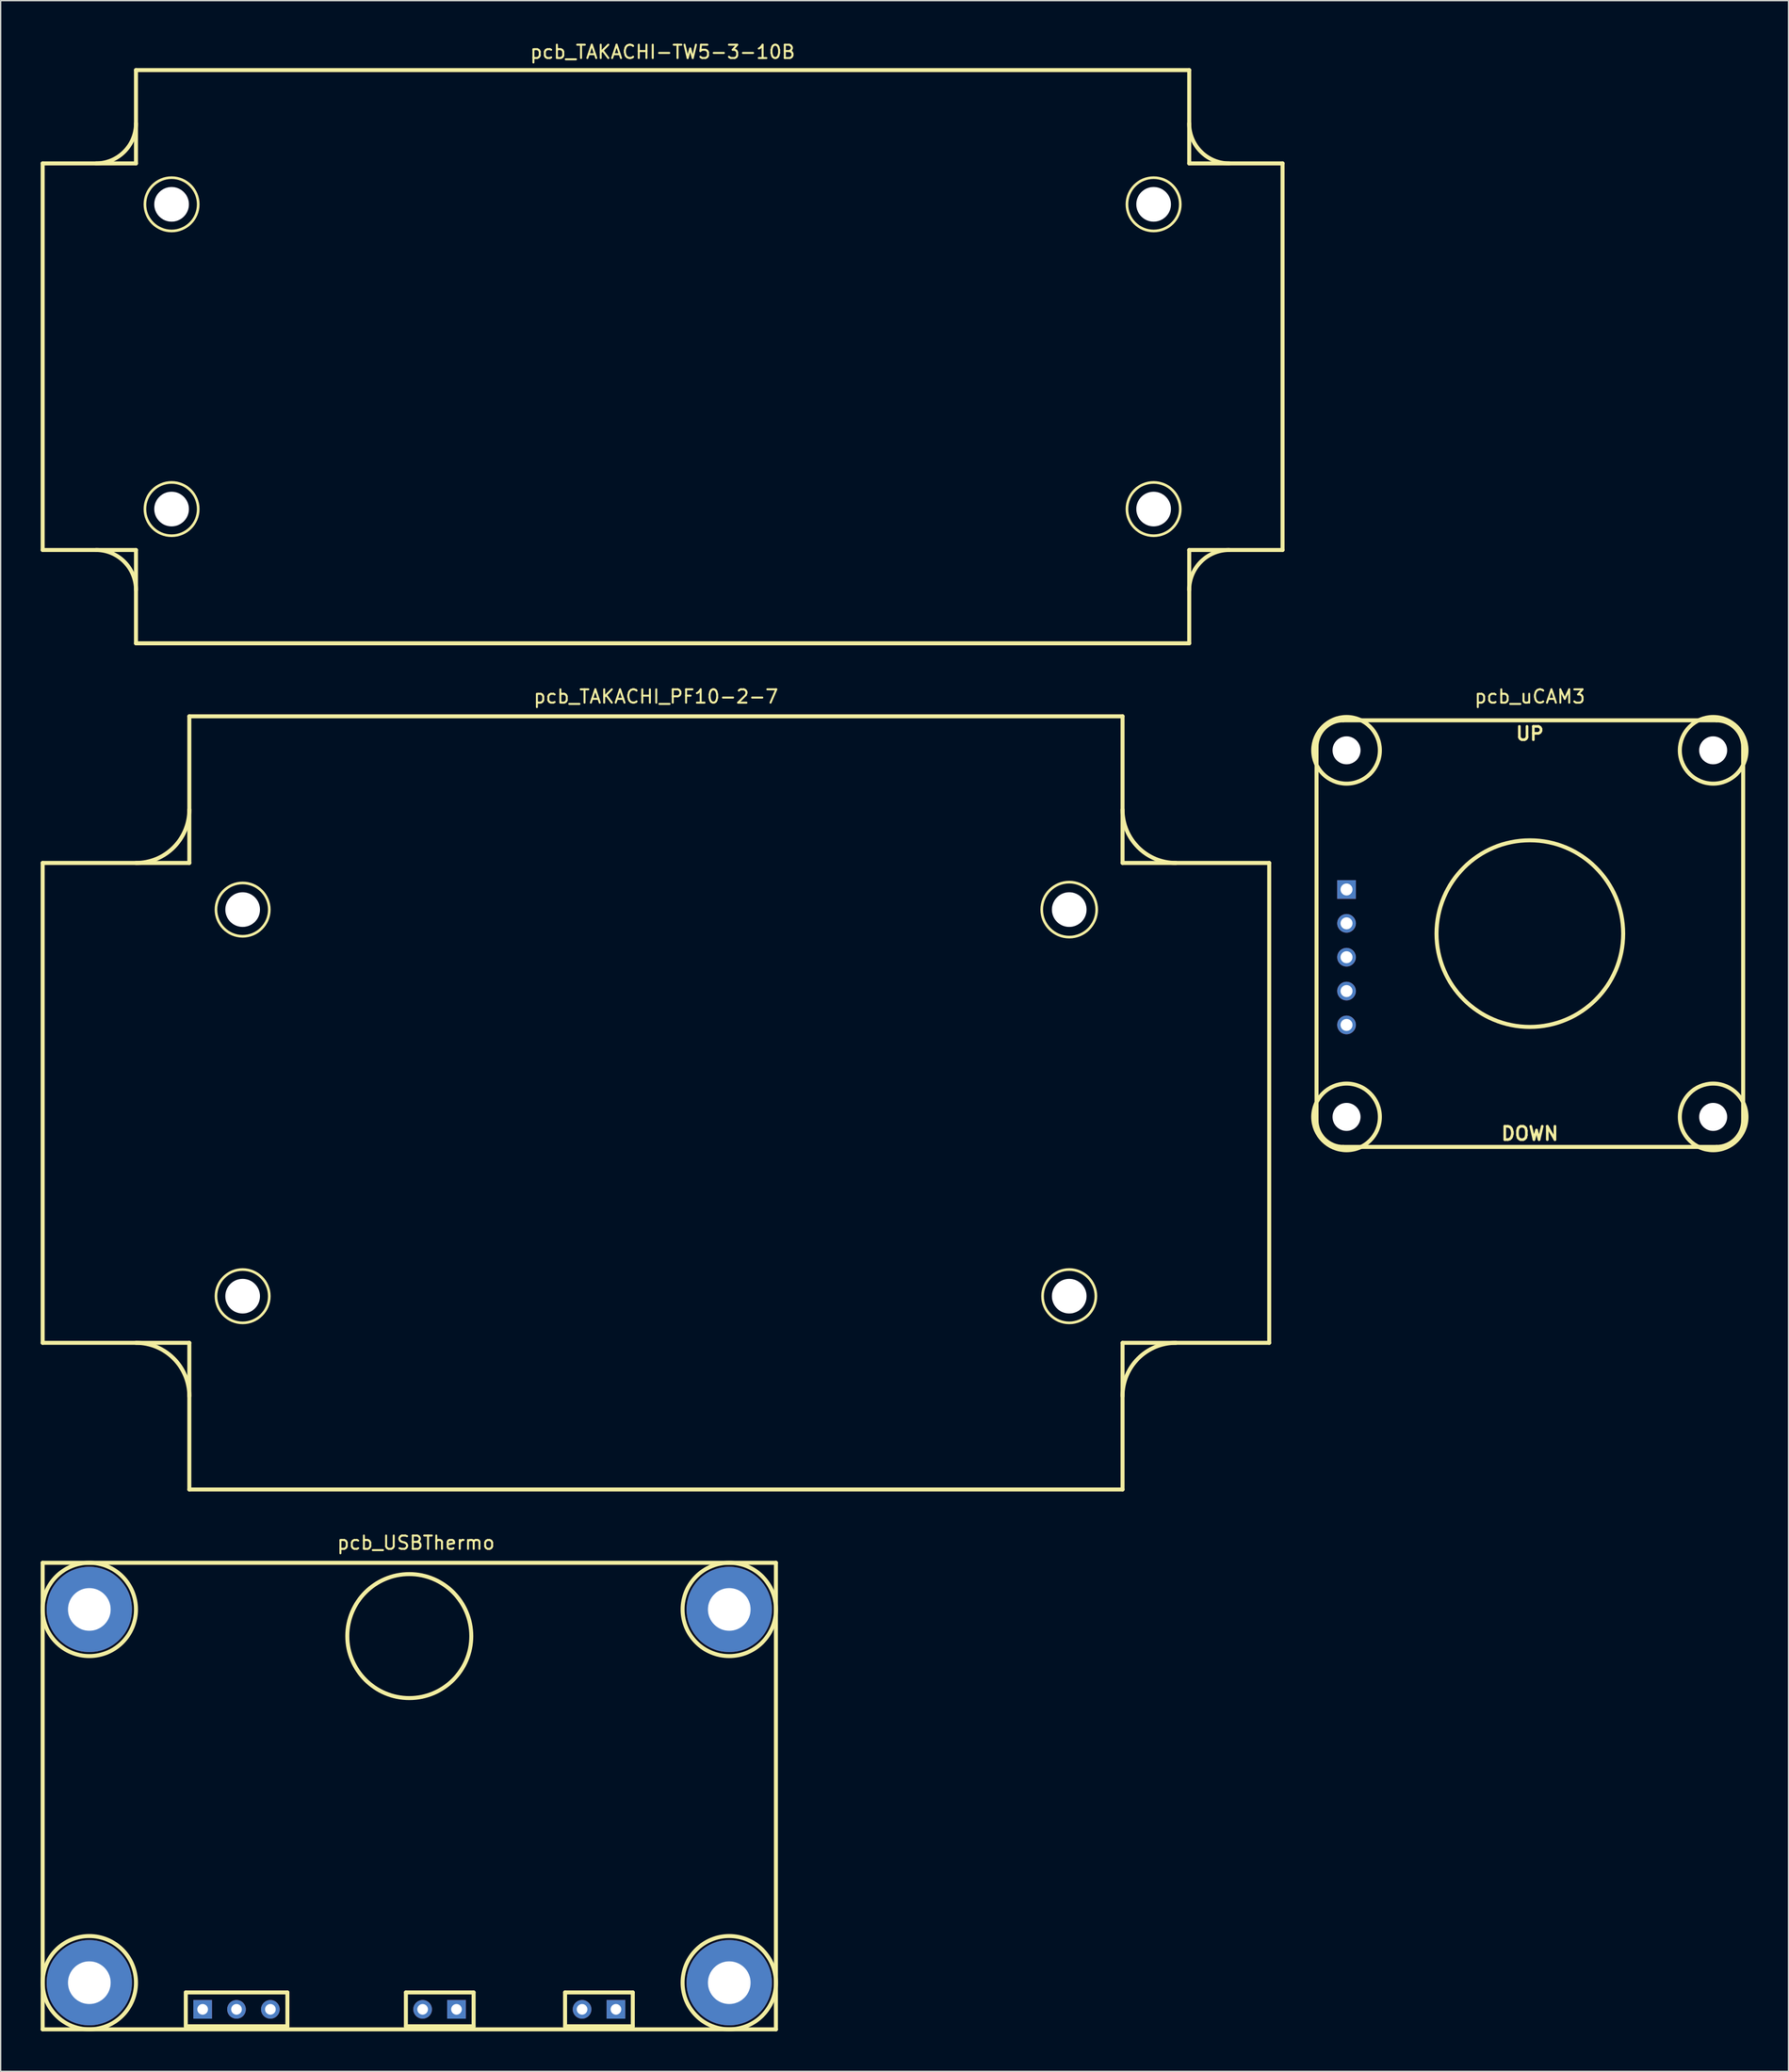
<source format=kicad_pcb>
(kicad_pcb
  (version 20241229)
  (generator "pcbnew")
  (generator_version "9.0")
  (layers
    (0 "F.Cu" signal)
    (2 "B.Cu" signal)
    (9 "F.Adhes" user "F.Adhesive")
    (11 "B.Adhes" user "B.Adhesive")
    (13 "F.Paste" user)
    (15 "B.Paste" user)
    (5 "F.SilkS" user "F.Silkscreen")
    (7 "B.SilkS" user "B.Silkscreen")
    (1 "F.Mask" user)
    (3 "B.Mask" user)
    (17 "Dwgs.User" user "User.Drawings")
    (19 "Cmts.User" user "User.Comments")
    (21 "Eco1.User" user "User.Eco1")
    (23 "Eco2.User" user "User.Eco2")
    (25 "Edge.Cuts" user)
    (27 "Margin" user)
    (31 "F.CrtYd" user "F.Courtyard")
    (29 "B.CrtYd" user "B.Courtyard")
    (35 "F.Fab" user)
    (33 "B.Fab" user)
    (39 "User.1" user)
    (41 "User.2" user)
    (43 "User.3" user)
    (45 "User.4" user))
  (footprint "pcb_uCAM3"
    (layer "F.Cu")
    (at 111.7 66.987)
    (property "Reference" "pcb_uCAM3" (at 0 -17.78 0) (layer "F.SilkS") (effects (font (size 1 1) (thickness 0.15))))
    (attr through_hole)
    (fp_line (start -16 -14) (end -16 14) (stroke (width 0.3) (type solid)) (layer "F.SilkS"))
    (fp_line (start -14 16) (end 14 16) (stroke (width 0.3) (type solid)) (layer "F.SilkS"))
    (fp_line (start 14 -16) (end -14 -16) (stroke (width 0.3) (type solid)) (layer "F.SilkS"))
    (fp_line (start 16 14) (end 16 -14) (stroke (width 0.3) (type solid)) (layer "F.SilkS"))
    (fp_arc (start -16 -14) (mid -15.414214 -15.414214) (end -14 -16) (stroke (width 0.3) (type solid)) (layer "F.SilkS"))
    (fp_arc (start -14 16) (mid -15.414214 15.414214) (end -16 14) (stroke (width 0.3) (type solid)) (layer "F.SilkS"))
    (fp_arc (start 14 -16) (mid 15.414214 -15.414214) (end 16 -14) (stroke (width 0.3) (type solid)) (layer "F.SilkS"))
    (fp_arc (start 16 14) (mid 15.414214 15.414214) (end 14 16) (stroke (width 0.3) (type solid)) (layer "F.SilkS"))
    (fp_circle (center -13.75 -13.75) (end -16.25 -13.75) (stroke (width 0.3) (type solid)) (fill no) (layer "F.SilkS"))
    (fp_circle (center -13.75 13.75) (end -16.25 13.75) (stroke (width 0.3) (type solid)) (fill no) (layer "F.SilkS"))
    (fp_circle (center 0 0) (end 7 0) (stroke (width 0.3) (type solid)) (fill no) (layer "F.SilkS"))
    (fp_circle (center 13.75 -13.75) (end 16.25 -13.75) (stroke (width 0.3) (type solid)) (fill no) (layer "F.SilkS"))
    (fp_circle (center 13.75 13.75) (end 16.25 13.75) (stroke (width 0.3) (type solid)) (fill no) (layer "F.SilkS"))
    (fp_text user "DOWN" (at 0 15 0) (layer "F.SilkS") (effects (font (size 1 1) (thickness 0.2))))
    (fp_text user "UP" (at 0 -15 0) (layer "F.SilkS") (effects (font (size 1 1) (thickness 0.2))))
    (pad "" np_thru_hole circle (at -13.75 -13.75) (size 2.1 2.1) (drill 2.1) (layers "*.Cu" "*.Mask"))
    (pad "" np_thru_hole circle (at -13.75 13.75) (size 2.1 2.1) (drill 2.1) (layers "*.Cu" "*.Mask"))
    (pad "" np_thru_hole circle (at 13.75 -13.75) (size 2.1 2.1) (drill 2.1) (layers "*.Cu" "*.Mask"))
    (pad "" np_thru_hole circle (at 13.75 13.75) (size 2.1 2.1) (drill 2.1) (layers "*.Cu" "*.Mask"))
    (pad "1" thru_hole rect (at -13.75 -3.31) (size 1.4 1.4) (drill 0.9) (layers "*.Cu" "*.Mask"))
    (pad "2" thru_hole circle (at -13.75 -0.77) (size 1.4 1.4) (drill 0.9) (layers "*.Cu" "*.Mask"))
    (pad "3" thru_hole circle (at -13.75 1.77) (size 1.4 1.4) (drill 0.9) (layers "*.Cu" "*.Mask"))
    (pad "4" thru_hole circle (at -13.75 4.31) (size 1.4 1.4) (drill 0.9) (layers "*.Cu" "*.Mask"))
    (pad "5" thru_hole circle (at -13.75 6.85) (size 1.4 1.4) (drill 0.9) (layers "*.Cu" "*.Mask")))
  (footprint "pcb_USBThermo"
    (layer "F.Cu")
    (at 27.65 131.685)
    (property "Reference" "pcb_USBThermo" (at 0.5 -19 0) (layer "F.SilkS") (effects (font (size 1 1) (thickness 0.15))))
    (attr through_hole)
    (fp_line (start -27.5 -17.5) (end -27.5 17.5) (stroke (width 0.3) (type solid)) (layer "F.SilkS"))
    (fp_line (start -27.5 17.5) (end 27.5 17.5) (stroke (width 0.3) (type solid)) (layer "F.SilkS"))
    (fp_line (start -16.764 14.732) (end -16.764 17.272) (stroke (width 0.3) (type solid)) (layer "F.SilkS"))
    (fp_line (start -16.764 17.272) (end -9.144 17.272) (stroke (width 0.3) (type solid)) (layer "F.SilkS"))
    (fp_line (start -9.144 14.732) (end -16.764 14.732) (stroke (width 0.3) (type solid)) (layer "F.SilkS"))
    (fp_line (start -9.144 17.272) (end -9.144 14.732) (stroke (width 0.3) (type solid)) (layer "F.SilkS"))
    (fp_line (start -0.254 14.732) (end -0.254 17.272) (stroke (width 0.3) (type solid)) (layer "F.SilkS"))
    (fp_line (start -0.254 17.272) (end 4.826 17.272) (stroke (width 0.3) (type solid)) (layer "F.SilkS"))
    (fp_line (start 4.826 14.732) (end -0.254 14.732) (stroke (width 0.3) (type solid)) (layer "F.SilkS"))
    (fp_line (start 4.826 17.272) (end 4.826 14.732) (stroke (width 0.3) (type solid)) (layer "F.SilkS"))
    (fp_line (start 11.684 14.732) (end 11.684 17.272) (stroke (width 0.3) (type solid)) (layer "F.SilkS"))
    (fp_line (start 11.684 17.272) (end 16.764 17.272) (stroke (width 0.3) (type solid)) (layer "F.SilkS"))
    (fp_line (start 16.764 14.732) (end 11.684 14.732) (stroke (width 0.3) (type solid)) (layer "F.SilkS"))
    (fp_line (start 16.764 17.272) (end 16.764 14.732) (stroke (width 0.3) (type solid)) (layer "F.SilkS"))
    (fp_line (start 27.5 -17.5) (end -27.5 -17.5) (stroke (width 0.3) (type solid)) (layer "F.SilkS"))
    (fp_line (start 27.5 -17.5) (end 27.5 17.5) (stroke (width 0.3) (type solid)) (layer "F.SilkS"))
    (fp_circle (center -24 -14) (end -20.5 -14) (stroke (width 0.3) (type solid)) (fill no) (layer "F.SilkS"))
    (fp_circle (center -24 14) (end -20.5 14) (stroke (width 0.3) (type solid)) (fill no) (layer "F.SilkS"))
    (fp_circle (center 0 -12) (end 4.65 -12) (stroke (width 0.3) (type solid)) (fill no) (layer "F.SilkS"))
    (fp_circle (center 24 -14) (end 20.5 -14) (stroke (width 0.3) (type solid)) (fill no) (layer "F.SilkS"))
    (fp_circle (center 24 14) (end 20.5 14) (stroke (width 0.3) (type solid)) (fill no) (layer "F.SilkS"))
    (pad "" thru_hole circle (at -24 -14) (size 6.4 6.4) (drill 3.2) (layers "*.Cu" "*.Mask"))
    (pad "" thru_hole circle (at -24 14) (size 6.4 6.4) (drill 3.2) (layers "*.Cu" "*.Mask"))
    (pad "" thru_hole circle (at 24 -14) (size 6.4 6.4) (drill 3.2) (layers "*.Cu" "*.Mask"))
    (pad "" thru_hole circle (at 24 14) (size 6.4 6.4) (drill 3.2) (layers "*.Cu" "*.Mask"))
    (pad "1" thru_hole rect (at 15.5 16) (size 1.4 1.4) (drill 0.8) (layers "*.Cu" "*.Mask"))
    (pad "2" thru_hole circle (at 12.96 16) (size 1.4 1.4) (drill 0.8) (layers "*.Cu" "*.Mask"))
    (pad "3" thru_hole rect (at 3.54 16) (size 1.4 1.4) (drill 0.8) (layers "*.Cu" "*.Mask"))
    (pad "4" thru_hole circle (at 1 16) (size 1.4 1.4) (drill 0.8) (layers "*.Cu" "*.Mask"))
    (pad "5" thru_hole circle (at -10.42 16) (size 1.4 1.4) (drill 0.8) (layers "*.Cu" "*.Mask"))
    (pad "6" thru_hole circle (at -12.96 16) (size 1.4 1.4) (drill 0.8) (layers "*.Cu" "*.Mask"))
    (pad "7" thru_hole rect (at -15.5 16) (size 1.4 1.4) (drill 0.8) (layers "*.Cu" "*.Mask")))
  (footprint "pcb_TAKACHI-TW5-3-10B"
    (layer "F.Cu")
    (at 46.65 23.708)
    (property "Reference" "pcb_TAKACHI-TW5-3-10B" (at 0 -22.86 0) (layer "F.SilkS") (effects (font (size 1 1) (thickness 0.15))))
    (attr through_hole)
    (fp_line (start -46.5 -14.5) (end -46.5 14.5) (stroke (width 0.3) (type solid)) (layer "F.SilkS"))
    (fp_line (start -46.5 -14.5) (end -39.5 -14.5) (stroke (width 0.3) (type solid)) (layer "F.SilkS"))
    (fp_line (start -46.5 14.5) (end -39.5 14.5) (stroke (width 0.3) (type solid)) (layer "F.SilkS"))
    (fp_line (start -39.5 -21.5) (end -39.5 -14.5) (stroke (width 0.3) (type solid)) (layer "F.SilkS"))
    (fp_line (start -39.5 14.5) (end -39.5 21.5) (stroke (width 0.3) (type solid)) (layer "F.SilkS"))
    (fp_line (start -39.5 21.5) (end 39.5 21.5) (stroke (width 0.3) (type solid)) (layer "F.SilkS"))
    (fp_line (start 39.5 -21.5) (end -39.5 -21.5) (stroke (width 0.3) (type solid)) (layer "F.SilkS"))
    (fp_line (start 39.5 -14.5) (end 39.5 -21.5) (stroke (width 0.3) (type solid)) (layer "F.SilkS"))
    (fp_line (start 39.5 21.5) (end 39.5 14.5) (stroke (width 0.3) (type solid)) (layer "F.SilkS"))
    (fp_line (start 46.5 -14.5) (end 39.5 -14.5) (stroke (width 0.3) (type solid)) (layer "F.SilkS"))
    (fp_line (start 46.5 14.5) (end 39.5 14.5) (stroke (width 0.3) (type solid)) (layer "F.SilkS"))
    (fp_line (start 46.5 14.5) (end 46.5 -14.5) (stroke (width 0.3) (type solid)) (layer "F.SilkS"))
    (fp_arc (start -42.5 14.5) (mid -40.37868 15.37868) (end -39.5 17.5) (stroke (width 0.3) (type solid)) (layer "F.SilkS"))
    (fp_arc (start -39.5 -17.5) (mid -40.37868 -15.37868) (end -42.5 -14.5) (stroke (width 0.3) (type solid)) (layer "F.SilkS"))
    (fp_arc (start 39.5 17.5) (mid 40.37868 15.37868) (end 42.5 14.5) (stroke (width 0.3) (type solid)) (layer "F.SilkS"))
    (fp_arc (start 42.5 -14.5) (mid 40.37868 -15.37868) (end 39.5 -17.5) (stroke (width 0.3) (type solid)) (layer "F.SilkS"))
    (fp_circle (center -36.83 -11.43) (end -38.83 -11.43) (stroke (width 0.2) (type solid)) (fill no) (layer "F.SilkS"))
    (fp_circle (center -36.83 11.43) (end -38.83 11.43) (stroke (width 0.2) (type solid)) (fill no) (layer "F.SilkS"))
    (fp_circle (center 36.83 -11.43) (end 38.83 -11.43) (stroke (width 0.2) (type solid)) (fill no) (layer "F.SilkS"))
    (fp_circle (center 36.83 11.43) (end 38.83 11.43) (stroke (width 0.2) (type solid)) (fill no) (layer "F.SilkS"))
    (pad "" np_thru_hole circle (at -36.83 -11.43) (size 2.6 2.6) (drill 2.6) (layers "*.Cu" "*.Mask"))
    (pad "" np_thru_hole circle (at -36.83 11.43) (size 2.6 2.6) (drill 2.6) (layers "*.Cu" "*.Mask"))
    (pad "" np_thru_hole circle (at 36.83 -11.43) (size 2.6 2.6) (drill 2.6) (layers "*.Cu" "*.Mask"))
    (pad "" np_thru_hole circle (at 36.83 11.43) (size 2.6 2.6) (drill 2.6) (layers "*.Cu" "*.Mask")))
  (footprint "pcb_TAKACHI_PF10-2-7"
    (layer "F.Cu")
    (at 46.15 79.686)
    (property "Reference" "pcb_TAKACHI_PF10-2-7" (at 0 -30.48 0) (layer "F.SilkS") (effects (font (size 1 1) (thickness 0.15))))
    (attr through_hole)
    (fp_line (start -46 -18) (end -46 18) (stroke (width 0.3) (type solid)) (layer "F.SilkS"))
    (fp_line (start -46 -18) (end -35 -18) (stroke (width 0.3) (type solid)) (layer "F.SilkS"))
    (fp_line (start -46 18) (end -35 18) (stroke (width 0.3) (type solid)) (layer "F.SilkS"))
    (fp_line (start -35 -18) (end -35 -29) (stroke (width 0.3) (type solid)) (layer "F.SilkS"))
    (fp_line (start -35 18) (end -35 29) (stroke (width 0.3) (type solid)) (layer "F.SilkS"))
    (fp_line (start -35 29) (end 35 29) (stroke (width 0.3) (type solid)) (layer "F.SilkS"))
    (fp_line (start 35 -29) (end -35 -29) (stroke (width 0.3) (type solid)) (layer "F.SilkS"))
    (fp_line (start 35 -29) (end 35 -18) (stroke (width 0.3) (type solid)) (layer "F.SilkS"))
    (fp_line (start 35 29) (end 35 18) (stroke (width 0.3) (type solid)) (layer "F.SilkS"))
    (fp_line (start 46 -18) (end 35 -18) (stroke (width 0.3) (type solid)) (layer "F.SilkS"))
    (fp_line (start 46 18) (end 35 18) (stroke (width 0.3) (type solid)) (layer "F.SilkS"))
    (fp_line (start 46 18) (end 46 -18) (stroke (width 0.3) (type solid)) (layer "F.SilkS"))
    (fp_arc (start -39 18) (mid -36.171573 19.171573) (end -35 22) (stroke (width 0.3) (type solid)) (layer "F.SilkS"))
    (fp_arc (start -35 -22) (mid -36.171573 -19.171573) (end -39 -18) (stroke (width 0.3) (type solid)) (layer "F.SilkS"))
    (fp_arc (start 35 22) (mid 36.171573 19.171573) (end 39 18) (stroke (width 0.3) (type solid)) (layer "F.SilkS"))
    (fp_arc (start 39 -18) (mid 36.171573 -19.171573) (end 35 -22) (stroke (width 0.3) (type solid)) (layer "F.SilkS"))
    (fp_circle (center -31 -14.5) (end -29 -14.5) (stroke (width 0.2) (type solid)) (fill no) (layer "F.SilkS"))
    (fp_circle (center -31 14.5) (end -29 14.5) (stroke (width 0.2) (type solid)) (fill no) (layer "F.SilkS"))
    (fp_circle (center 31 -14.5) (end 33 -14) (stroke (width 0.2) (type solid)) (fill no) (layer "F.SilkS"))
    (fp_circle (center 31 14.5) (end 33 14.5) (stroke (width 0.2) (type solid)) (fill no) (layer "F.SilkS"))
    (pad "" np_thru_hole circle (at -31 -14.5) (size 2.6 2.6) (drill 2.6) (layers "*.Cu" "*.Mask"))
    (pad "" np_thru_hole circle (at -31 14.5) (size 2.6 2.6) (drill 2.6) (layers "*.Cu" "*.Mask"))
    (pad "" np_thru_hole circle (at 31 -14.5) (size 2.6 2.6) (drill 2.6) (layers "*.Cu" "*.Mask"))
    (pad "" np_thru_hole circle (at 31 14.5) (size 2.6 2.6) (drill 2.6) (layers "*.Cu" "*.Mask")))
  (gr_rect
    (start -3 -3)
    (end 131.1 152.335)
    (stroke (width 0.1) (type default))
    (fill no)
    (layer "Edge.Cuts")))
</source>
